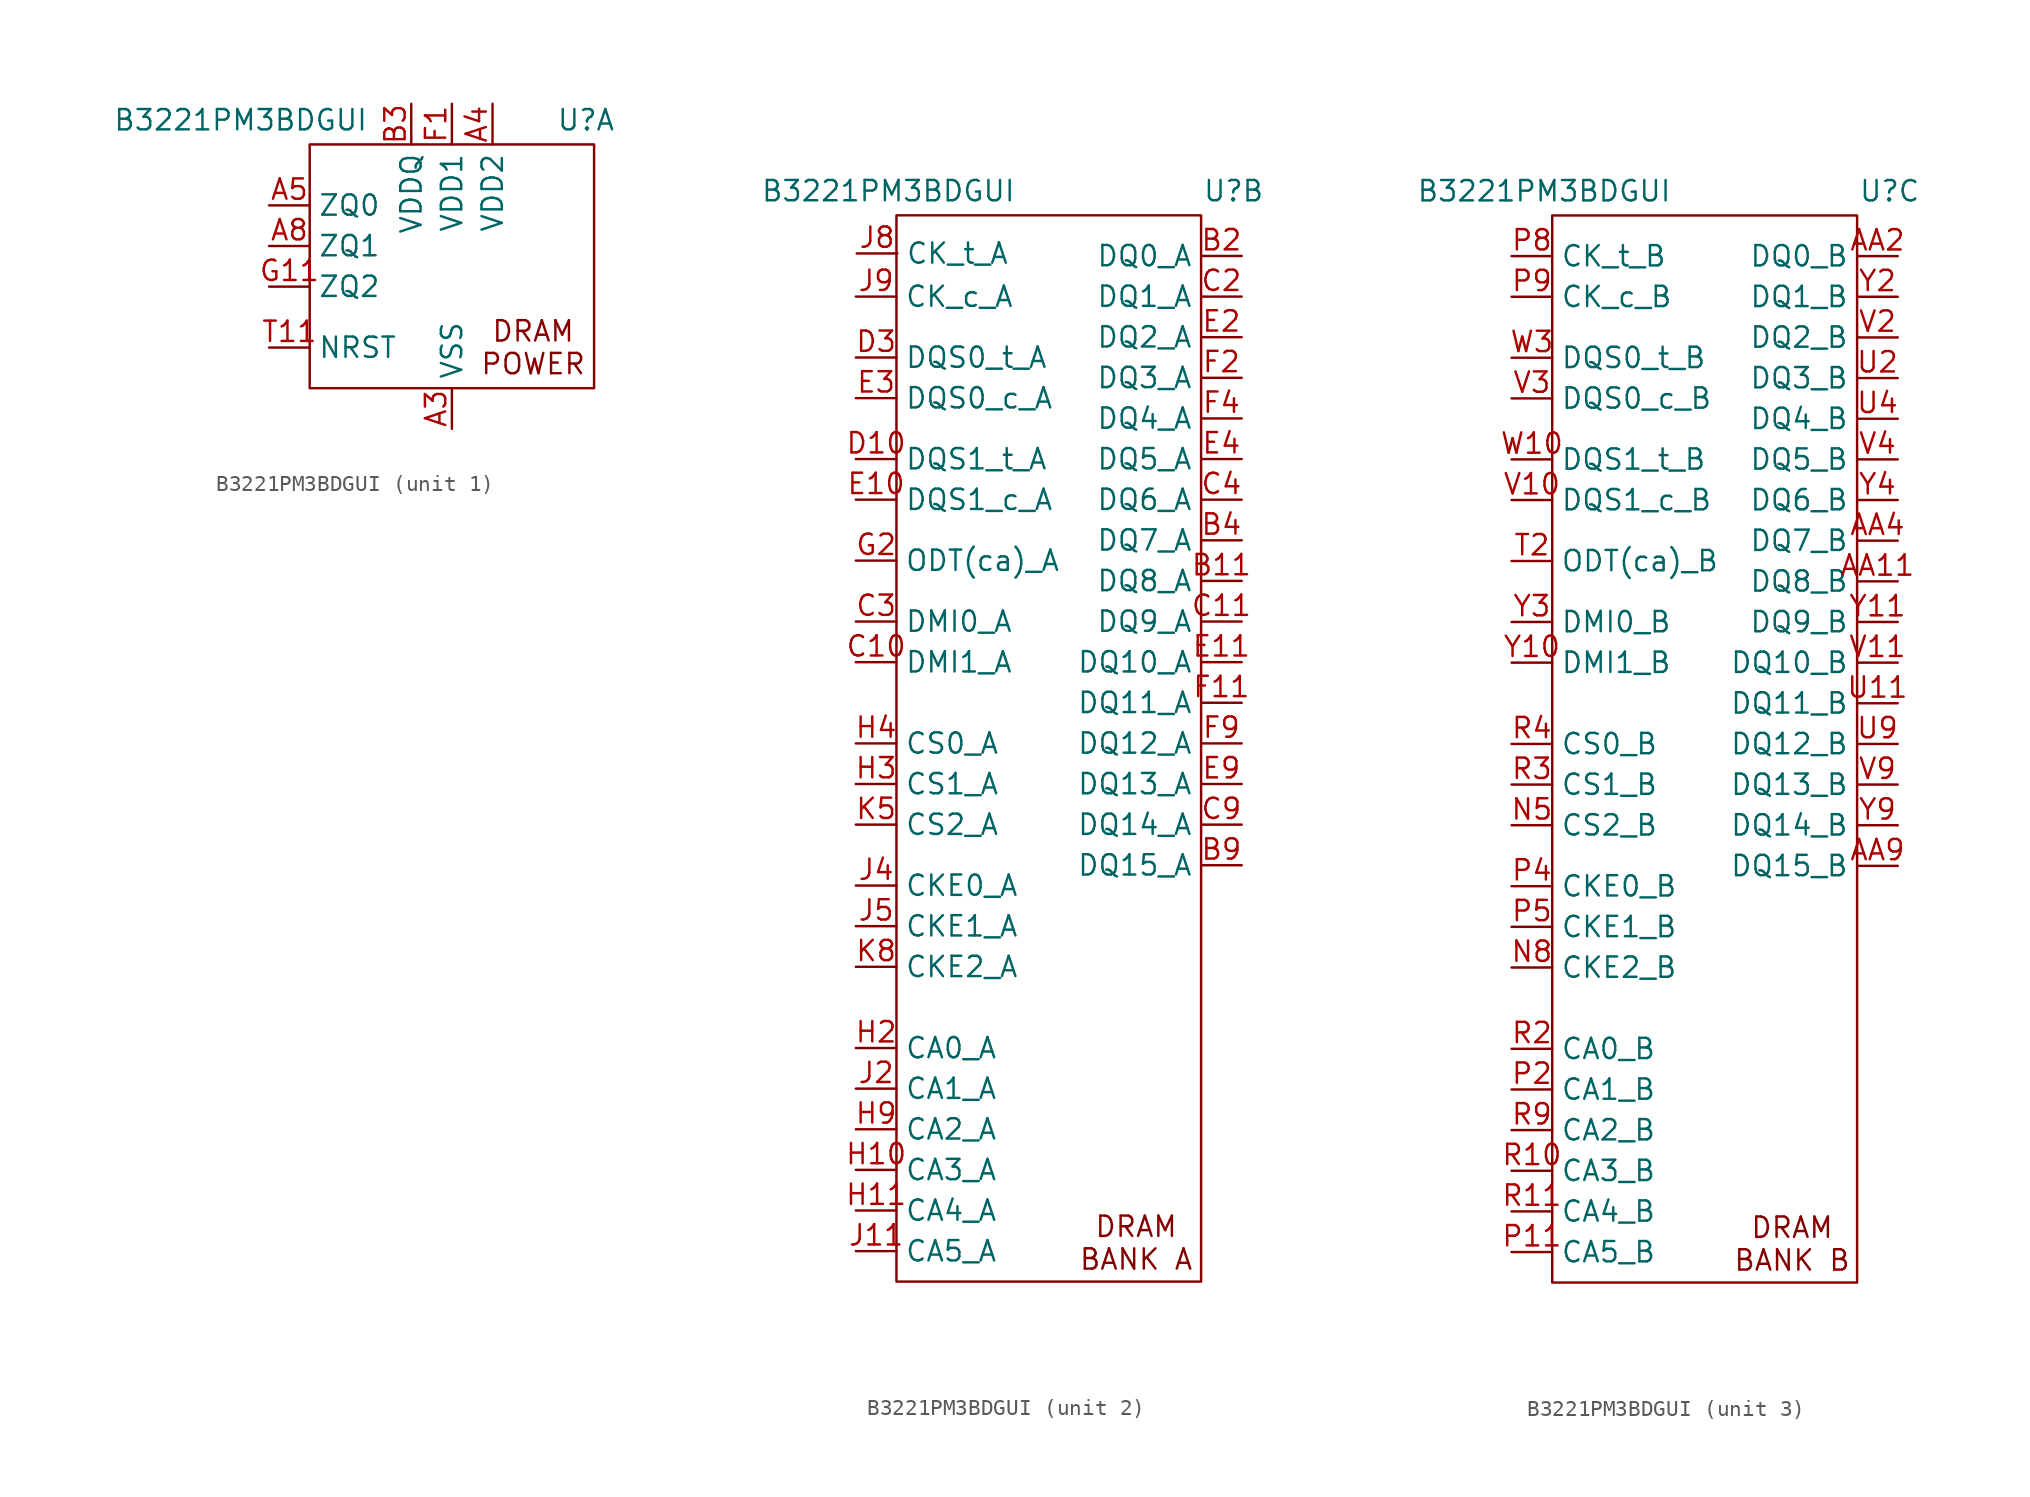
<source format=kicad_sym>
(kicad_symbol_lib
  (version 20231120)
  (generator "kicad_symbol_editor")
  (generator_version "8.0")
  (symbol "B3221PM3BDGUI"
    (property "Reference" "U"
      (at 8.382 1.524 0)
      (effects (font (size 1.27 1.27))))
    (property "Value" "B3221PM3BDGUI"
      (at -13.208 1.524 0)
      (effects (font (size 1.27 1.27))))
    (symbol "B3221PM3BDGUI_1_0"
      (pin power_in line (at 0 -17.78 90) (length 2.54) hide (name "VSS" (effects (font (size 1.27 1.27)))) (number "A10" (effects (font (size 1.27 1.27)))))
      (pin power_in line (at 0 -17.78 90) (length 2.54) (name "VSS" (effects (font (size 1.27 1.27)))) (number "A3" (effects (font (size 1.27 1.27)))))
      (pin power_in line (at 2.54 2.54 270) (length 2.54) (name "VDD2" (effects (font (size 1.27 1.27)))) (number "A4" (effects (font (size 1.27 1.27)))))
      (pin passive line (at -11.43 -3.81 0) (length 2.54) (name "ZQ0" (effects (font (size 1.27 1.27)))) (number "A5" (effects (font (size 1.27 1.27)))))
      (pin passive line (at -11.43 -6.35 0) (length 2.54) (name "ZQ1" (effects (font (size 1.27 1.27)))) (number "A8" (effects (font (size 1.27 1.27)))))
      (pin power_in line (at 2.54 2.54 270) (length 2.54) hide (name "VDD2" (effects (font (size 1.27 1.27)))) (number "A9" (effects (font (size 1.27 1.27)))))
      (pin power_in line (at -2.54 2.54 270) (length 2.54) hide (name "VDDQ" (effects (font (size 1.27 1.27)))) (number "AA10" (effects (font (size 1.27 1.27)))))
      (pin power_in line (at -2.54 2.54 270) (length 2.54) hide (name "VDDQ" (effects (font (size 1.27 1.27)))) (number "AA3" (effects (font (size 1.27 1.27)))))
      (pin power_in line (at -2.54 2.54 270) (length 2.54) hide (name "VDDQ" (effects (font (size 1.27 1.27)))) (number "AA5" (effects (font (size 1.27 1.27)))))
      (pin power_in line (at -2.54 2.54 270) (length 2.54) hide (name "VDDQ" (effects (font (size 1.27 1.27)))) (number "AA8" (effects (font (size 1.27 1.27)))))
      (pin power_in line (at 0 -17.78 90) (length 2.54) hide (name "VSS" (effects (font (size 1.27 1.27)))) (number "AB10" (effects (font (size 1.27 1.27)))))
      (pin power_in line (at 0 -17.78 90) (length 2.54) hide (name "VSS" (effects (font (size 1.27 1.27)))) (number "AB3" (effects (font (size 1.27 1.27)))))
      (pin power_in line (at 2.54 2.54 270) (length 2.54) hide (name "VDD2" (effects (font (size 1.27 1.27)))) (number "AB4" (effects (font (size 1.27 1.27)))))
      (pin power_in line (at 0 -17.78 90) (length 2.54) hide (name "VSS" (effects (font (size 1.27 1.27)))) (number "AB5" (effects (font (size 1.27 1.27)))))
      (pin power_in line (at 0 -17.78 90) (length 2.54) hide (name "VSS" (effects (font (size 1.27 1.27)))) (number "AB8" (effects (font (size 1.27 1.27)))))
      (pin power_in line (at 2.54 2.54 270) (length 2.54) hide (name "VDD2" (effects (font (size 1.27 1.27)))) (number "AB9" (effects (font (size 1.27 1.27)))))
      (pin power_in line (at -2.54 2.54 270) (length 2.54) hide (name "VDDQ" (effects (font (size 1.27 1.27)))) (number "B10" (effects (font (size 1.27 1.27)))))
      (pin power_in line (at -2.54 2.54 270) (length 2.54) (name "VDDQ" (effects (font (size 1.27 1.27)))) (number "B3" (effects (font (size 1.27 1.27)))))
      (pin power_in line (at -2.54 2.54 270) (length 2.54) hide (name "VDDQ" (effects (font (size 1.27 1.27)))) (number "B5" (effects (font (size 1.27 1.27)))))
      (pin power_in line (at -2.54 2.54 270) (length 2.54) hide (name "VDDQ" (effects (font (size 1.27 1.27)))) (number "B8" (effects (font (size 1.27 1.27)))))
      (pin power_in line (at 0 -17.78 90) (length 2.54) hide (name "VSS" (effects (font (size 1.27 1.27)))) (number "C1" (effects (font (size 1.27 1.27)))))
      (pin power_in line (at 0 -17.78 90) (length 2.54) hide (name "VSS" (effects (font (size 1.27 1.27)))) (number "C12" (effects (font (size 1.27 1.27)))))
      (pin power_in line (at 0 -17.78 90) (length 2.54) hide (name "VSS" (effects (font (size 1.27 1.27)))) (number "C5" (effects (font (size 1.27 1.27)))))
      (pin power_in line (at 0 -17.78 90) (length 2.54) hide (name "VSS" (effects (font (size 1.27 1.27)))) (number "C8" (effects (font (size 1.27 1.27)))))
      (pin power_in line (at -2.54 2.54 270) (length 2.54) hide (name "VDDQ" (effects (font (size 1.27 1.27)))) (number "D1" (effects (font (size 1.27 1.27)))))
      (pin power_in line (at 0 -17.78 90) (length 2.54) hide (name "VSS" (effects (font (size 1.27 1.27)))) (number "D11" (effects (font (size 1.27 1.27)))))
      (pin power_in line (at -2.54 2.54 270) (length 2.54) hide (name "VDDQ" (effects (font (size 1.27 1.27)))) (number "D12" (effects (font (size 1.27 1.27)))))
      (pin power_in line (at 0 -17.78 90) (length 2.54) hide (name "VSS" (effects (font (size 1.27 1.27)))) (number "D2" (effects (font (size 1.27 1.27)))))
      (pin power_in line (at 0 -17.78 90) (length 2.54) hide (name "VSS" (effects (font (size 1.27 1.27)))) (number "D4" (effects (font (size 1.27 1.27)))))
      (pin power_in line (at -2.54 2.54 270) (length 2.54) hide (name "VDDQ" (effects (font (size 1.27 1.27)))) (number "D5" (effects (font (size 1.27 1.27)))))
      (pin power_in line (at -2.54 2.54 270) (length 2.54) hide (name "VDDQ" (effects (font (size 1.27 1.27)))) (number "D8" (effects (font (size 1.27 1.27)))))
      (pin power_in line (at 0 -17.78 90) (length 2.54) hide (name "VSS" (effects (font (size 1.27 1.27)))) (number "D9" (effects (font (size 1.27 1.27)))))
      (pin power_in line (at 0 -17.78 90) (length 2.54) hide (name "VSS" (effects (font (size 1.27 1.27)))) (number "E1" (effects (font (size 1.27 1.27)))))
      (pin power_in line (at 0 -17.78 90) (length 2.54) hide (name "VSS" (effects (font (size 1.27 1.27)))) (number "E12" (effects (font (size 1.27 1.27)))))
      (pin power_in line (at 0 -17.78 90) (length 2.54) hide (name "VSS" (effects (font (size 1.27 1.27)))) (number "E5" (effects (font (size 1.27 1.27)))))
      (pin power_in line (at 0 -17.78 90) (length 2.54) hide (name "VSS" (effects (font (size 1.27 1.27)))) (number "E8" (effects (font (size 1.27 1.27)))))
      (pin power_in line (at 0 2.54 270) (length 2.54) (name "VDD1" (effects (font (size 1.27 1.27)))) (number "F1" (effects (font (size 1.27 1.27)))))
      (pin power_in line (at -2.54 2.54 270) (length 2.54) hide (name "VDDQ" (effects (font (size 1.27 1.27)))) (number "F10" (effects (font (size 1.27 1.27)))))
      (pin power_in line (at 0 2.54 270) (length 2.54) hide (name "VDD1" (effects (font (size 1.27 1.27)))) (number "F12" (effects (font (size 1.27 1.27)))))
      (pin power_in line (at -2.54 2.54 270) (length 2.54) hide (name "VDDQ" (effects (font (size 1.27 1.27)))) (number "F3" (effects (font (size 1.27 1.27)))))
      (pin power_in line (at 2.54 2.54 270) (length 2.54) hide (name "VDD2" (effects (font (size 1.27 1.27)))) (number "F5" (effects (font (size 1.27 1.27)))))
      (pin power_in line (at 2.54 2.54 270) (length 2.54) hide (name "VDD2" (effects (font (size 1.27 1.27)))) (number "F8" (effects (font (size 1.27 1.27)))))
      (pin power_in line (at 0 -17.78 90) (length 2.54) hide (name "VSS" (effects (font (size 1.27 1.27)))) (number "G1" (effects (font (size 1.27 1.27)))))
      (pin power_in line (at 0 -17.78 90) (length 2.54) hide (name "VSS" (effects (font (size 1.27 1.27)))) (number "G10" (effects (font (size 1.27 1.27)))))
      (pin passive line (at -11.43 -8.89 0) (length 2.54) (name "ZQ2" (effects (font (size 1.27 1.27)))) (number "G11" (effects (font (size 1.27 1.27)))))
      (pin power_in line (at 0 -17.78 90) (length 2.54) hide (name "VSS" (effects (font (size 1.27 1.27)))) (number "G12" (effects (font (size 1.27 1.27)))))
      (pin power_in line (at 0 -17.78 90) (length 2.54) hide (name "VSS" (effects (font (size 1.27 1.27)))) (number "G3" (effects (font (size 1.27 1.27)))))
      (pin power_in line (at 0 2.54 270) (length 2.54) hide (name "VDD1" (effects (font (size 1.27 1.27)))) (number "G4" (effects (font (size 1.27 1.27)))))
      (pin power_in line (at 0 -17.78 90) (length 2.54) hide (name "VSS" (effects (font (size 1.27 1.27)))) (number "G5" (effects (font (size 1.27 1.27)))))
      (pin power_in line (at 0 -17.78 90) (length 2.54) hide (name "VSS" (effects (font (size 1.27 1.27)))) (number "G8" (effects (font (size 1.27 1.27)))))
      (pin power_in line (at 0 2.54 270) (length 2.54) hide (name "VDD1" (effects (font (size 1.27 1.27)))) (number "G9" (effects (font (size 1.27 1.27)))))
      (pin power_in line (at 2.54 2.54 270) (length 2.54) hide (name "VDD2" (effects (font (size 1.27 1.27)))) (number "H1" (effects (font (size 1.27 1.27)))))
      (pin power_in line (at 2.54 2.54 270) (length 2.54) hide (name "VDD2" (effects (font (size 1.27 1.27)))) (number "H12" (effects (font (size 1.27 1.27)))))
      (pin power_in line (at 2.54 2.54 270) (length 2.54) hide (name "VDD2" (effects (font (size 1.27 1.27)))) (number "H5" (effects (font (size 1.27 1.27)))))
      (pin power_in line (at 2.54 2.54 270) (length 2.54) hide (name "VDD2" (effects (font (size 1.27 1.27)))) (number "H8" (effects (font (size 1.27 1.27)))))
      (pin power_in line (at 0 -17.78 90) (length 2.54) hide (name "VSS" (effects (font (size 1.27 1.27)))) (number "J1" (effects (font (size 1.27 1.27)))))
      (pin power_in line (at 0 -17.78 90) (length 2.54) hide (name "VSS" (effects (font (size 1.27 1.27)))) (number "J10" (effects (font (size 1.27 1.27)))))
      (pin power_in line (at 0 -17.78 90) (length 2.54) hide (name "VSS" (effects (font (size 1.27 1.27)))) (number "J12" (effects (font (size 1.27 1.27)))))
      (pin power_in line (at 0 -17.78 90) (length 2.54) hide (name "VSS" (effects (font (size 1.27 1.27)))) (number "J3" (effects (font (size 1.27 1.27)))))
      (pin power_in line (at 2.54 2.54 270) (length 2.54) hide (name "VDD2" (effects (font (size 1.27 1.27)))) (number "K1" (effects (font (size 1.27 1.27)))))
      (pin power_in line (at 2.54 2.54 270) (length 2.54) hide (name "VDD2" (effects (font (size 1.27 1.27)))) (number "K10" (effects (font (size 1.27 1.27)))))
      (pin power_in line (at 0 -17.78 90) (length 2.54) hide (name "VSS" (effects (font (size 1.27 1.27)))) (number "K11" (effects (font (size 1.27 1.27)))))
      (pin power_in line (at 2.54 2.54 270) (length 2.54) hide (name "VDD2" (effects (font (size 1.27 1.27)))) (number "K12" (effects (font (size 1.27 1.27)))))
      (pin power_in line (at 0 -17.78 90) (length 2.54) hide (name "VSS" (effects (font (size 1.27 1.27)))) (number "K2" (effects (font (size 1.27 1.27)))))
      (pin power_in line (at 2.54 2.54 270) (length 2.54) hide (name "VDD2" (effects (font (size 1.27 1.27)))) (number "K3" (effects (font (size 1.27 1.27)))))
      (pin power_in line (at 0 -17.78 90) (length 2.54) hide (name "VSS" (effects (font (size 1.27 1.27)))) (number "K4" (effects (font (size 1.27 1.27)))))
      (pin power_in line (at 0 -17.78 90) (length 2.54) hide (name "VSS" (effects (font (size 1.27 1.27)))) (number "K9" (effects (font (size 1.27 1.27)))))
      (pin power_in line (at 2.54 2.54 270) (length 2.54) hide (name "VDD2" (effects (font (size 1.27 1.27)))) (number "N1" (effects (font (size 1.27 1.27)))))
      (pin power_in line (at 2.54 2.54 270) (length 2.54) hide (name "VDD2" (effects (font (size 1.27 1.27)))) (number "N10" (effects (font (size 1.27 1.27)))))
      (pin power_in line (at 0 -17.78 90) (length 2.54) hide (name "VSS" (effects (font (size 1.27 1.27)))) (number "N11" (effects (font (size 1.27 1.27)))))
      (pin power_in line (at 2.54 2.54 270) (length 2.54) hide (name "VDD2" (effects (font (size 1.27 1.27)))) (number "N12" (effects (font (size 1.27 1.27)))))
      (pin power_in line (at 0 -17.78 90) (length 2.54) hide (name "VSS" (effects (font (size 1.27 1.27)))) (number "N2" (effects (font (size 1.27 1.27)))))
      (pin power_in line (at 2.54 2.54 270) (length 2.54) hide (name "VDD2" (effects (font (size 1.27 1.27)))) (number "N3" (effects (font (size 1.27 1.27)))))
      (pin power_in line (at 0 -17.78 90) (length 2.54) hide (name "VSS" (effects (font (size 1.27 1.27)))) (number "N4" (effects (font (size 1.27 1.27)))))
      (pin power_in line (at 0 -17.78 90) (length 2.54) hide (name "VSS" (effects (font (size 1.27 1.27)))) (number "N9" (effects (font (size 1.27 1.27)))))
      (pin power_in line (at 0 -17.78 90) (length 2.54) hide (name "VSS" (effects (font (size 1.27 1.27)))) (number "P1" (effects (font (size 1.27 1.27)))))
      (pin power_in line (at 0 -17.78 90) (length 2.54) hide (name "VSS" (effects (font (size 1.27 1.27)))) (number "P10" (effects (font (size 1.27 1.27)))))
      (pin power_in line (at 0 -17.78 90) (length 2.54) hide (name "VSS" (effects (font (size 1.27 1.27)))) (number "P12" (effects (font (size 1.27 1.27)))))
      (pin power_in line (at 0 -17.78 90) (length 2.54) hide (name "VSS" (effects (font (size 1.27 1.27)))) (number "P3" (effects (font (size 1.27 1.27)))))
      (pin power_in line (at 2.54 2.54 270) (length 2.54) hide (name "VDD2" (effects (font (size 1.27 1.27)))) (number "R1" (effects (font (size 1.27 1.27)))))
      (pin power_in line (at 2.54 2.54 270) (length 2.54) hide (name "VDD2" (effects (font (size 1.27 1.27)))) (number "R12" (effects (font (size 1.27 1.27)))))
      (pin power_in line (at 2.54 2.54 270) (length 2.54) hide (name "VDD2" (effects (font (size 1.27 1.27)))) (number "R5" (effects (font (size 1.27 1.27)))))
      (pin power_in line (at 2.54 2.54 270) (length 2.54) hide (name "VDD2" (effects (font (size 1.27 1.27)))) (number "R8" (effects (font (size 1.27 1.27)))))
      (pin power_in line (at 0 -17.78 90) (length 2.54) hide (name "VSS" (effects (font (size 1.27 1.27)))) (number "T1" (effects (font (size 1.27 1.27)))))
      (pin power_in line (at 0 -17.78 90) (length 2.54) hide (name "VSS" (effects (font (size 1.27 1.27)))) (number "T10" (effects (font (size 1.27 1.27)))))
      (pin passive line (at -11.43 -12.7 0) (length 2.54) (name "NRST" (effects (font (size 1.27 1.27)))) (number "T11" (effects (font (size 1.27 1.27)))))
      (pin power_in line (at 0 -17.78 90) (length 2.54) hide (name "VSS" (effects (font (size 1.27 1.27)))) (number "T12" (effects (font (size 1.27 1.27)))))
      (pin power_in line (at 0 -17.78 90) (length 2.54) hide (name "VSS" (effects (font (size 1.27 1.27)))) (number "T3" (effects (font (size 1.27 1.27)))))
      (pin power_in line (at 0 2.54 270) (length 2.54) hide (name "VDD1" (effects (font (size 1.27 1.27)))) (number "T4" (effects (font (size 1.27 1.27)))))
      (pin power_in line (at 0 -17.78 90) (length 2.54) hide (name "VSS" (effects (font (size 1.27 1.27)))) (number "T5" (effects (font (size 1.27 1.27)))))
      (pin power_in line (at 0 -17.78 90) (length 2.54) hide (name "VSS" (effects (font (size 1.27 1.27)))) (number "T8" (effects (font (size 1.27 1.27)))))
      (pin power_in line (at 0 2.54 270) (length 2.54) hide (name "VDD1" (effects (font (size 1.27 1.27)))) (number "T9" (effects (font (size 1.27 1.27)))))
      (pin power_in line (at 0 2.54 270) (length 2.54) hide (name "VDD1" (effects (font (size 1.27 1.27)))) (number "U1" (effects (font (size 1.27 1.27)))))
      (pin power_in line (at -2.54 2.54 270) (length 2.54) hide (name "VDDQ" (effects (font (size 1.27 1.27)))) (number "U10" (effects (font (size 1.27 1.27)))))
      (pin power_in line (at 0 2.54 270) (length 2.54) hide (name "VDD1" (effects (font (size 1.27 1.27)))) (number "U12" (effects (font (size 1.27 1.27)))))
      (pin power_in line (at -2.54 2.54 270) (length 2.54) hide (name "VDDQ" (effects (font (size 1.27 1.27)))) (number "U3" (effects (font (size 1.27 1.27)))))
      (pin power_in line (at 2.54 2.54 270) (length 2.54) hide (name "VDD2" (effects (font (size 1.27 1.27)))) (number "U5" (effects (font (size 1.27 1.27)))))
      (pin power_in line (at 2.54 2.54 270) (length 2.54) hide (name "VDD2" (effects (font (size 1.27 1.27)))) (number "U8" (effects (font (size 1.27 1.27)))))
      (pin power_in line (at 0 -17.78 90) (length 2.54) hide (name "VSS" (effects (font (size 1.27 1.27)))) (number "V1" (effects (font (size 1.27 1.27)))))
      (pin power_in line (at 0 -17.78 90) (length 2.54) hide (name "VSS" (effects (font (size 1.27 1.27)))) (number "V12" (effects (font (size 1.27 1.27)))))
      (pin power_in line (at 0 -17.78 90) (length 2.54) hide (name "VSS" (effects (font (size 1.27 1.27)))) (number "V5" (effects (font (size 1.27 1.27)))))
      (pin power_in line (at 0 -17.78 90) (length 2.54) hide (name "VSS" (effects (font (size 1.27 1.27)))) (number "V8" (effects (font (size 1.27 1.27)))))
      (pin power_in line (at -2.54 2.54 270) (length 2.54) hide (name "VDDQ" (effects (font (size 1.27 1.27)))) (number "W1" (effects (font (size 1.27 1.27)))))
      (pin power_in line (at 0 -17.78 90) (length 2.54) hide (name "VSS" (effects (font (size 1.27 1.27)))) (number "W11" (effects (font (size 1.27 1.27)))))
      (pin power_in line (at -2.54 2.54 270) (length 2.54) hide (name "VDDQ" (effects (font (size 1.27 1.27)))) (number "W12" (effects (font (size 1.27 1.27)))))
      (pin power_in line (at 0 -17.78 90) (length 2.54) hide (name "VSS" (effects (font (size 1.27 1.27)))) (number "W2" (effects (font (size 1.27 1.27)))))
      (pin power_in line (at 0 -17.78 90) (length 2.54) hide (name "VSS" (effects (font (size 1.27 1.27)))) (number "W4" (effects (font (size 1.27 1.27)))))
      (pin power_in line (at -2.54 2.54 270) (length 2.54) hide (name "VDDQ" (effects (font (size 1.27 1.27)))) (number "W5" (effects (font (size 1.27 1.27)))))
      (pin power_in line (at -2.54 2.54 270) (length 2.54) hide (name "VDDQ" (effects (font (size 1.27 1.27)))) (number "W8" (effects (font (size 1.27 1.27)))))
      (pin power_in line (at 0 -17.78 90) (length 2.54) hide (name "VSS" (effects (font (size 1.27 1.27)))) (number "W9" (effects (font (size 1.27 1.27)))))
      (pin power_in line (at 0 -17.78 90) (length 2.54) hide (name "VSS" (effects (font (size 1.27 1.27)))) (number "Y1" (effects (font (size 1.27 1.27)))))
      (pin power_in line (at 0 -17.78 90) (length 2.54) hide (name "VSS" (effects (font (size 1.27 1.27)))) (number "Y12" (effects (font (size 1.27 1.27)))))
      (pin power_in line (at 0 -17.78 90) (length 2.54) hide (name "VSS" (effects (font (size 1.27 1.27)))) (number "Y5" (effects (font (size 1.27 1.27)))))
      (pin power_in line (at 0 -17.78 90) (length 2.54) hide (name "VSS" (effects (font (size 1.27 1.27)))) (number "Y8" (effects (font (size 1.27 1.27))))))
    (symbol "B3221PM3BDGUI_1_1"
      (rectangle (start -8.89 0) (end 8.89 -15.24) (stroke (width 0) (type default)) (fill (type none)))
      (text "DRAM\nPOWER" (at 5.08 -12.7 0) (effects (font (size 1.27 1.27)))))
    (symbol "B3221PM3BDGUI_2_0"
      (pin input line (at 8.89 -22.86 180) (length 2.54) (name "DQ8_A" (effects (font (size 1.27 1.27)))) (number "B11" (effects (font (size 1.27 1.27)))))
      (pin input line (at 8.89 -2.54 180) (length 2.54) (name "DQ0_A" (effects (font (size 1.27 1.27)))) (number "B2" (effects (font (size 1.27 1.27)))))
      (pin input line (at 8.89 -20.32 180) (length 2.54) (name "DQ7_A" (effects (font (size 1.27 1.27)))) (number "B4" (effects (font (size 1.27 1.27)))))
      (pin input line (at 8.89 -40.64 180) (length 2.54) (name "DQ15_A" (effects (font (size 1.27 1.27)))) (number "B9" (effects (font (size 1.27 1.27)))))
      (pin input line (at -15.24 -27.94 0) (length 2.54) (name "DMI1_A" (effects (font (size 1.27 1.27)))) (number "C10" (effects (font (size 1.27 1.27)))))
      (pin input line (at 8.89 -25.4 180) (length 2.54) (name "DQ9_A" (effects (font (size 1.27 1.27)))) (number "C11" (effects (font (size 1.27 1.27)))))
      (pin input line (at 8.89 -5.08 180) (length 2.54) (name "DQ1_A" (effects (font (size 1.27 1.27)))) (number "C2" (effects (font (size 1.27 1.27)))))
      (pin input line (at -15.24 -25.4 0) (length 2.54) (name "DMI0_A" (effects (font (size 1.27 1.27)))) (number "C3" (effects (font (size 1.27 1.27)))))
      (pin input line (at 8.89 -17.78 180) (length 2.54) (name "DQ6_A" (effects (font (size 1.27 1.27)))) (number "C4" (effects (font (size 1.27 1.27)))))
      (pin input line (at 8.89 -38.1 180) (length 2.54) (name "DQ14_A" (effects (font (size 1.27 1.27)))) (number "C9" (effects (font (size 1.27 1.27)))))
      (pin input line (at -15.24 -15.24 0) (length 2.54) (name "DQS1_t_A" (effects (font (size 1.27 1.27)))) (number "D10" (effects (font (size 1.27 1.27)))))
      (pin input line (at -15.24 -8.89 0) (length 2.54) (name "DQS0_t_A" (effects (font (size 1.27 1.27)))) (number "D3" (effects (font (size 1.27 1.27)))))
      (pin input line (at -15.24 -17.78 0) (length 2.54) (name "DQS1_c_A" (effects (font (size 1.27 1.27)))) (number "E10" (effects (font (size 1.27 1.27)))))
      (pin input line (at 8.89 -27.94 180) (length 2.54) (name "DQ10_A" (effects (font (size 1.27 1.27)))) (number "E11" (effects (font (size 1.27 1.27)))))
      (pin input line (at 8.89 -7.62 180) (length 2.54) (name "DQ2_A" (effects (font (size 1.27 1.27)))) (number "E2" (effects (font (size 1.27 1.27)))))
      (pin input line (at -15.24 -11.43 0) (length 2.54) (name "DQS0_c_A" (effects (font (size 1.27 1.27)))) (number "E3" (effects (font (size 1.27 1.27)))))
      (pin input line (at 8.89 -15.24 180) (length 2.54) (name "DQ5_A" (effects (font (size 1.27 1.27)))) (number "E4" (effects (font (size 1.27 1.27)))))
      (pin input line (at 8.89 -35.56 180) (length 2.54) (name "DQ13_A" (effects (font (size 1.27 1.27)))) (number "E9" (effects (font (size 1.27 1.27)))))
      (pin input line (at 8.89 -30.48 180) (length 2.54) (name "DQ11_A" (effects (font (size 1.27 1.27)))) (number "F11" (effects (font (size 1.27 1.27)))))
      (pin input line (at 8.89 -10.16 180) (length 2.54) (name "DQ3_A" (effects (font (size 1.27 1.27)))) (number "F2" (effects (font (size 1.27 1.27)))))
      (pin input line (at 8.89 -12.7 180) (length 2.54) (name "DQ4_A" (effects (font (size 1.27 1.27)))) (number "F4" (effects (font (size 1.27 1.27)))))
      (pin input line (at 8.89 -33.02 180) (length 2.54) (name "DQ12_A" (effects (font (size 1.27 1.27)))) (number "F9" (effects (font (size 1.27 1.27)))))
      (pin input line (at -15.24 -21.59 0) (length 2.54) (name "ODT(ca)_A" (effects (font (size 1.27 1.27)))) (number "G2" (effects (font (size 1.27 1.27)))))
      (pin input line (at -15.24 -59.69 0) (length 2.54) (name "CA3_A" (effects (font (size 1.27 1.27)))) (number "H10" (effects (font (size 1.27 1.27)))))
      (pin input line (at -15.24 -62.23 0) (length 2.54) (name "CA4_A" (effects (font (size 1.27 1.27)))) (number "H11" (effects (font (size 1.27 1.27)))))
      (pin input line (at -15.24 -52.07 0) (length 2.54) (name "CA0_A" (effects (font (size 1.27 1.27)))) (number "H2" (effects (font (size 1.27 1.27)))))
      (pin input line (at -15.24 -35.56 0) (length 2.54) (name "CS1_A" (effects (font (size 1.27 1.27)))) (number "H3" (effects (font (size 1.27 1.27)))))
      (pin input line (at -15.24 -33.02 0) (length 2.54) (name "CS0_A" (effects (font (size 1.27 1.27)))) (number "H4" (effects (font (size 1.27 1.27)))))
      (pin input line (at -15.24 -57.15 0) (length 2.54) (name "CA2_A" (effects (font (size 1.27 1.27)))) (number "H9" (effects (font (size 1.27 1.27)))))
      (pin input line (at -15.24 -64.77 0) (length 2.54) (name "CA5_A" (effects (font (size 1.27 1.27)))) (number "J11" (effects (font (size 1.27 1.27)))))
      (pin input line (at -15.24 -54.61 0) (length 2.54) (name "CA1_A" (effects (font (size 1.27 1.27)))) (number "J2" (effects (font (size 1.27 1.27)))))
      (pin input line (at -15.24 -41.91 0) (length 2.54) (name "CKE0_A" (effects (font (size 1.27 1.27)))) (number "J4" (effects (font (size 1.27 1.27)))))
      (pin input line (at -15.24 -44.45 0) (length 2.54) (name "CKE1_A" (effects (font (size 1.27 1.27)))) (number "J5" (effects (font (size 1.27 1.27)))))
      (pin input line (at -15.181 -2.381 0) (length 2.54) (name "CK_t_A" (effects (font (size 1.27 1.27)))) (number "J8" (effects (font (size 1.27 1.27)))))
      (pin input line (at -15.24 -5.08 0) (length 2.54) (name "CK_c_A" (effects (font (size 1.27 1.27)))) (number "J9" (effects (font (size 1.27 1.27)))))
      (pin input line (at -15.24 -38.1 0) (length 2.54) (name "CS2_A" (effects (font (size 1.27 1.27)))) (number "K5" (effects (font (size 1.27 1.27)))))
      (pin input line (at -15.24 -46.99 0) (length 2.54) (name "CKE2_A" (effects (font (size 1.27 1.27)))) (number "K8" (effects (font (size 1.27 1.27))))))
    (symbol "B3221PM3BDGUI_2_1"
      (rectangle (start -12.7 0) (end 6.35 -66.675) (stroke (width 0) (type default)) (fill (type none)))
      (text "DRAM\nBANK A" (at 2.286 -64.262 0) (effects (font (size 1.27 1.27)))))
    (symbol "B3221PM3BDGUI_3_0"
      (pin input line (at 8.89 -22.86 180) (length 2.54) (name "DQ8_B" (effects (font (size 1.27 1.27)))) (number "AA11" (effects (font (size 1.27 1.27)))))
      (pin input line (at 8.89 -2.54 180) (length 2.54) (name "DQ0_B" (effects (font (size 1.27 1.27)))) (number "AA2" (effects (font (size 1.27 1.27)))))
      (pin input line (at 8.89 -20.32 180) (length 2.54) (name "DQ7_B" (effects (font (size 1.27 1.27)))) (number "AA4" (effects (font (size 1.27 1.27)))))
      (pin input line (at 8.89 -40.64 180) (length 2.54) (name "DQ15_B" (effects (font (size 1.27 1.27)))) (number "AA9" (effects (font (size 1.27 1.27)))))
      (pin input line (at -15.24 -38.1 0) (length 2.54) (name "CS2_B" (effects (font (size 1.27 1.27)))) (number "N5" (effects (font (size 1.27 1.27)))))
      (pin input line (at -15.24 -46.99 0) (length 2.54) (name "CKE2_B" (effects (font (size 1.27 1.27)))) (number "N8" (effects (font (size 1.27 1.27)))))
      (pin input line (at -15.24 -64.77 0) (length 2.54) (name "CA5_B" (effects (font (size 1.27 1.27)))) (number "P11" (effects (font (size 1.27 1.27)))))
      (pin input line (at -15.24 -54.61 0) (length 2.54) (name "CA1_B" (effects (font (size 1.27 1.27)))) (number "P2" (effects (font (size 1.27 1.27)))))
      (pin input line (at -15.24 -41.91 0) (length 2.54) (name "CKE0_B" (effects (font (size 1.27 1.27)))) (number "P4" (effects (font (size 1.27 1.27)))))
      (pin input line (at -15.24 -44.45 0) (length 2.54) (name "CKE1_B" (effects (font (size 1.27 1.27)))) (number "P5" (effects (font (size 1.27 1.27)))))
      (pin input line (at -15.24 -2.54 0) (length 2.54) (name "CK_t_B" (effects (font (size 1.27 1.27)))) (number "P8" (effects (font (size 1.27 1.27)))))
      (pin input line (at -15.24 -5.08 0) (length 2.54) (name "CK_c_B" (effects (font (size 1.27 1.27)))) (number "P9" (effects (font (size 1.27 1.27)))))
      (pin input line (at -15.24 -59.69 0) (length 2.54) (name "CA3_B" (effects (font (size 1.27 1.27)))) (number "R10" (effects (font (size 1.27 1.27)))))
      (pin input line (at -15.24 -62.23 0) (length 2.54) (name "CA4_B" (effects (font (size 1.27 1.27)))) (number "R11" (effects (font (size 1.27 1.27)))))
      (pin input line (at -15.24 -52.07 0) (length 2.54) (name "CA0_B" (effects (font (size 1.27 1.27)))) (number "R2" (effects (font (size 1.27 1.27)))))
      (pin input line (at -15.24 -35.56 0) (length 2.54) (name "CS1_B" (effects (font (size 1.27 1.27)))) (number "R3" (effects (font (size 1.27 1.27)))))
      (pin input line (at -15.24 -33.02 0) (length 2.54) (name "CS0_B" (effects (font (size 1.27 1.27)))) (number "R4" (effects (font (size 1.27 1.27)))))
      (pin input line (at -15.24 -57.15 0) (length 2.54) (name "CA2_B" (effects (font (size 1.27 1.27)))) (number "R9" (effects (font (size 1.27 1.27)))))
      (pin input line (at -15.24 -21.59 0) (length 2.54) (name "ODT(ca)_B" (effects (font (size 1.27 1.27)))) (number "T2" (effects (font (size 1.27 1.27)))))
      (pin input line (at 8.89 -30.48 180) (length 2.54) (name "DQ11_B" (effects (font (size 1.27 1.27)))) (number "U11" (effects (font (size 1.27 1.27)))))
      (pin input line (at 8.89 -10.16 180) (length 2.54) (name "DQ3_B" (effects (font (size 1.27 1.27)))) (number "U2" (effects (font (size 1.27 1.27)))))
      (pin input line (at 8.89 -12.7 180) (length 2.54) (name "DQ4_B" (effects (font (size 1.27 1.27)))) (number "U4" (effects (font (size 1.27 1.27)))))
      (pin input line (at 8.89 -33.02 180) (length 2.54) (name "DQ12_B" (effects (font (size 1.27 1.27)))) (number "U9" (effects (font (size 1.27 1.27)))))
      (pin input line (at -15.24 -17.78 0) (length 2.54) (name "DQS1_c_B" (effects (font (size 1.27 1.27)))) (number "V10" (effects (font (size 1.27 1.27)))))
      (pin input line (at 8.89 -27.94 180) (length 2.54) (name "DQ10_B" (effects (font (size 1.27 1.27)))) (number "V11" (effects (font (size 1.27 1.27)))))
      (pin input line (at 8.89 -7.62 180) (length 2.54) (name "DQ2_B" (effects (font (size 1.27 1.27)))) (number "V2" (effects (font (size 1.27 1.27)))))
      (pin input line (at -15.24 -11.43 0) (length 2.54) (name "DQS0_c_B" (effects (font (size 1.27 1.27)))) (number "V3" (effects (font (size 1.27 1.27)))))
      (pin input line (at 8.89 -15.24 180) (length 2.54) (name "DQ5_B" (effects (font (size 1.27 1.27)))) (number "V4" (effects (font (size 1.27 1.27)))))
      (pin input line (at 8.89 -35.56 180) (length 2.54) (name "DQ13_B" (effects (font (size 1.27 1.27)))) (number "V9" (effects (font (size 1.27 1.27)))))
      (pin input line (at -15.24 -15.24 0) (length 2.54) (name "DQS1_t_B" (effects (font (size 1.27 1.27)))) (number "W10" (effects (font (size 1.27 1.27)))))
      (pin input line (at -15.24 -8.89 0) (length 2.54) (name "DQS0_t_B" (effects (font (size 1.27 1.27)))) (number "W3" (effects (font (size 1.27 1.27)))))
      (pin input line (at -15.24 -27.94 0) (length 2.54) (name "DMI1_B" (effects (font (size 1.27 1.27)))) (number "Y10" (effects (font (size 1.27 1.27)))))
      (pin input line (at 8.89 -25.4 180) (length 2.54) (name "DQ9_B" (effects (font (size 1.27 1.27)))) (number "Y11" (effects (font (size 1.27 1.27)))))
      (pin input line (at 8.89 -5.08 180) (length 2.54) (name "DQ1_B" (effects (font (size 1.27 1.27)))) (number "Y2" (effects (font (size 1.27 1.27)))))
      (pin input line (at -15.24 -25.4 0) (length 2.54) (name "DMI0_B" (effects (font (size 1.27 1.27)))) (number "Y3" (effects (font (size 1.27 1.27)))))
      (pin input line (at 8.89 -17.78 180) (length 2.54) (name "DQ6_B" (effects (font (size 1.27 1.27)))) (number "Y4" (effects (font (size 1.27 1.27)))))
      (pin input line (at 8.89 -38.1 180) (length 2.54) (name "DQ14_B" (effects (font (size 1.27 1.27)))) (number "Y9" (effects (font (size 1.27 1.27))))))
    (symbol "B3221PM3BDGUI_3_1"
      (rectangle (start -12.7 0) (end 6.35 -66.675) (stroke (width 0) (type default)) (fill (type none)))
      (text "DRAM\nBANK B\n" (at 2.286 -64.262 0) (effects (font (size 1.27 1.27)))))))
</source>
